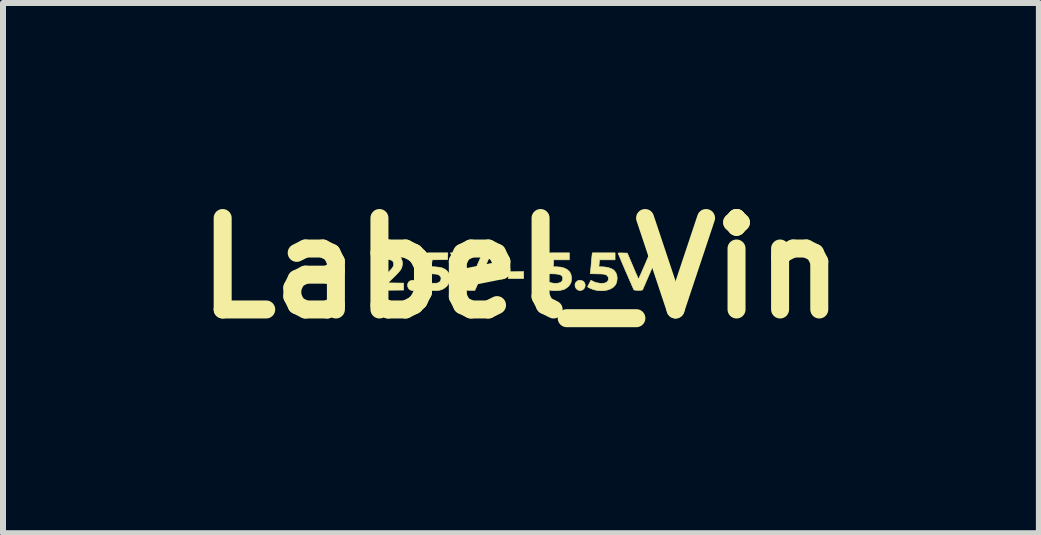
<source format=kicad_pcb>
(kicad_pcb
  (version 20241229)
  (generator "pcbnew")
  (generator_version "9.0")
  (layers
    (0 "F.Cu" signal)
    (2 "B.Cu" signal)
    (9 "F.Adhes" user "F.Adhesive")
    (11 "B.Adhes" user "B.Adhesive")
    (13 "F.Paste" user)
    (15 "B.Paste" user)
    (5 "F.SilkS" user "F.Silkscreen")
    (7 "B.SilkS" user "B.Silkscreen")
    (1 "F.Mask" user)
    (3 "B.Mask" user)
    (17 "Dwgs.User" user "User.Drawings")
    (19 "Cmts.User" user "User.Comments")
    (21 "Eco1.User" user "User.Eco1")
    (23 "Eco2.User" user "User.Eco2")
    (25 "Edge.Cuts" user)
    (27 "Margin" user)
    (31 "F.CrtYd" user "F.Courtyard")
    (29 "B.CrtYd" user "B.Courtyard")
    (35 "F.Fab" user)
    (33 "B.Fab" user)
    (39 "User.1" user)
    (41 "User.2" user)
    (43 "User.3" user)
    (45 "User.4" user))
  (footprint "Label_Vin"
    (layer "F.Cu")
    (at 5.632 1.418)
    (property "Reference" "Label_Vin" (at 0 0 0) (layer "F.SilkS") (effects (font (size 1.524 1.524) (thickness 0.3))))
    (attr through_hole)
    (fp_poly (pts (xy 0.044 0.174) (xy -0.211 0.174) (xy -0.209 0.118) (xy -0.207 0.062) (xy -0.082 0.06) (xy 0.044 0.058) (xy 0.044 0.174)) (stroke (width 0.01) (type solid)) (fill yes) (layer "F.SilkS"))
    (fp_poly (pts (xy 1.017 0.209) (xy 1.045 0.225) (xy 1.063 0.251) (xy 1.07 0.285) (xy 1.07 0.287) (xy 1.064 0.32) (xy 1.047 0.346) (xy 1.022 0.365) (xy 0.993 0.374) (xy 0.962 0.37) (xy 0.954 0.367) (xy 0.924 0.347) (xy 0.906 0.318) (xy 0.9 0.285) (xy 0.902 0.262) (xy 0.91 0.245) (xy 0.925 0.228) (xy 0.944 0.212) (xy 0.962 0.204) (xy 0.979 0.203) (xy 1.017 0.209)) (stroke (width 0.01) (type solid)) (fill yes) (layer "F.SilkS"))
    (fp_poly (pts (xy -1.778 0.205) (xy -1.761 0.214) (xy -1.745 0.228) (xy -1.729 0.246) (xy -1.721 0.264) (xy -1.72 0.285) (xy -1.726 0.32) (xy -1.745 0.348) (xy -1.775 0.367) (xy -1.793 0.374) (xy -1.805 0.376) (xy -1.82 0.373) (xy -1.825 0.372) (xy -1.856 0.358) (xy -1.877 0.333) (xy -1.889 0.302) (xy -1.888 0.267) (xy -1.886 0.259) (xy -1.872 0.231) (xy -1.847 0.213) (xy -1.813 0.204) (xy -1.801 0.203) (xy -1.778 0.205)) (stroke (width 0.01) (type solid)) (fill yes) (layer "F.SilkS"))
    (fp_poly (pts (xy -2.142 -0.26) (xy -2.092 -0.244) (xy -2.049 -0.22) (xy -2.014 -0.188) (xy -1.99 -0.15) (xy -1.977 -0.106) (xy -1.977 -0.057) (xy -1.977 -0.056) (xy -1.982 -0.029) (xy -1.989 -0.005) (xy -2.001 0.019) (xy -2.018 0.044) (xy -2.043 0.073) (xy -2.075 0.107) (xy -2.115 0.147) (xy -2.217 0.246) (xy -2.086 0.248) (xy -1.956 0.25) (xy -1.956 0.366) (xy -2.19 0.368) (xy -2.424 0.37) (xy -2.424 0.272) (xy -2.286 0.143) (xy -2.238 0.096) (xy -2.199 0.058) (xy -2.169 0.027) (xy -2.147 0.001) (xy -2.133 -0.02) (xy -2.124 -0.039) (xy -2.12 -0.056) (xy -2.121 -0.073) (xy -2.121 -0.077) (xy -2.13 -0.105) (xy -2.146 -0.124) (xy -2.168 -0.135) (xy -2.209 -0.145) (xy -2.252 -0.142) (xy -2.295 -0.126) (xy -2.324 -0.108) (xy -2.352 -0.086) (xy -2.393 -0.112) (xy -2.416 -0.126) (xy -2.435 -0.138) (xy -2.445 -0.144) (xy -2.447 -0.153) (xy -2.439 -0.167) (xy -2.423 -0.185) (xy -2.402 -0.203) (xy -2.376 -0.221) (xy -2.356 -0.232) (xy -2.324 -0.245) (xy -2.286 -0.256) (xy -2.261 -0.261) (xy -2.199 -0.266) (xy -2.142 -0.26)) (stroke (width 0.01) (type solid)) (fill yes) (layer "F.SilkS"))
    (fp_poly (pts (xy -0.928 -0.039) (xy -0.906 0.013) (xy -0.885 0.06) (xy -0.867 0.102) (xy -0.852 0.136) (xy -0.84 0.16) (xy -0.833 0.174) (xy -0.832 0.177) (xy -0.828 0.17) (xy -0.819 0.153) (xy -0.805 0.124) (xy -0.789 0.088) (xy -0.769 0.044) (xy -0.747 -0.006) (xy -0.734 -0.036) (xy -0.641 -0.25) (xy -0.571 -0.252) (xy -0.541 -0.253) (xy -0.518 -0.252) (xy -0.503 -0.251) (xy -0.501 -0.249) (xy -0.504 -0.242) (xy -0.511 -0.223) (xy -0.524 -0.194) (xy -0.539 -0.156) (xy -0.558 -0.112) (xy -0.579 -0.063) (xy -0.602 -0.011) (xy -0.625 0.043) (xy -0.648 0.097) (xy -0.671 0.15) (xy -0.692 0.199) (xy -0.711 0.243) (xy -0.728 0.28) (xy -0.741 0.309) (xy -0.745 0.318) (xy -0.768 0.37) (xy -0.838 0.37) (xy -0.87 0.37) (xy -0.891 0.369) (xy -0.903 0.366) (xy -0.91 0.361) (xy -0.914 0.354) (xy -0.914 0.354) (xy -0.918 0.344) (xy -0.927 0.322) (xy -0.941 0.29) (xy -0.959 0.249) (xy -0.979 0.2) (xy -1.003 0.146) (xy -1.028 0.088) (xy -1.038 0.065) (xy -1.063 0.005) (xy -1.088 -0.051) (xy -1.11 -0.103) (xy -1.129 -0.148) (xy -1.145 -0.184) (xy -1.157 -0.212) (xy -1.164 -0.228) (xy -1.165 -0.23) (xy -1.175 -0.254) (xy -1.019 -0.254) (xy -0.928 -0.039)) (stroke (width 0.01) (type solid)) (fill yes) (layer "F.SilkS"))
    (fp_poly (pts (xy 2.283 -0.23) (xy 2.278 -0.219) (xy 2.268 -0.195) (xy 2.254 -0.162) (xy 2.235 -0.119) (xy 2.214 -0.07) (xy 2.19 -0.015) (xy 2.164 0.045) (xy 2.152 0.073) (xy 2.126 0.133) (xy 2.102 0.188) (xy 2.08 0.239) (xy 2.061 0.283) (xy 2.045 0.318) (xy 2.034 0.344) (xy 2.028 0.358) (xy 2.027 0.361) (xy 2.019 0.366) (xy 1.999 0.369) (xy 1.967 0.37) (xy 1.956 0.37) (xy 1.917 0.369) (xy 1.893 0.366) (xy 1.882 0.361) (xy 1.878 0.353) (xy 1.869 0.333) (xy 1.855 0.303) (xy 1.839 0.265) (xy 1.819 0.22) (xy 1.797 0.17) (xy 1.774 0.117) (xy 1.75 0.062) (xy 1.726 0.006) (xy 1.703 -0.048) (xy 1.681 -0.098) (xy 1.662 -0.144) (xy 1.645 -0.184) (xy 1.632 -0.216) (xy 1.623 -0.238) (xy 1.619 -0.249) (xy 1.618 -0.25) (xy 1.625 -0.251) (xy 1.643 -0.253) (xy 1.67 -0.253) (xy 1.695 -0.252) (xy 1.772 -0.25) (xy 1.864 -0.034) (xy 1.886 0.018) (xy 1.906 0.065) (xy 1.925 0.107) (xy 1.94 0.141) (xy 1.951 0.165) (xy 1.958 0.179) (xy 1.959 0.181) (xy 1.963 0.175) (xy 1.972 0.157) (xy 1.984 0.128) (xy 2.001 0.091) (xy 2.02 0.047) (xy 2.042 -0.003) (xy 2.057 -0.036) (xy 2.15 -0.254) (xy 2.293 -0.254) (xy 2.283 -0.23)) (stroke (width 0.01) (type solid)) (fill yes) (layer "F.SilkS"))
    (fp_poly (pts (xy 1.568 -0.138) (xy 1.306 -0.138) (xy 1.306 -0.118) (xy 1.305 -0.099) (xy 1.303 -0.073) (xy 1.302 -0.06) (xy 1.297 -0.022) (xy 1.344 -0.022) (xy 1.404 -0.018) (xy 1.459 -0.007) (xy 1.507 0.01) (xy 1.544 0.032) (xy 1.558 0.045) (xy 1.584 0.082) (xy 1.599 0.127) (xy 1.603 0.174) (xy 1.597 0.223) (xy 1.581 0.268) (xy 1.566 0.29) (xy 1.534 0.322) (xy 1.491 0.347) (xy 1.44 0.365) (xy 1.382 0.375) (xy 1.32 0.377) (xy 1.257 0.369) (xy 1.244 0.367) (xy 1.195 0.353) (xy 1.152 0.336) (xy 1.127 0.322) (xy 1.11 0.312) (xy 1.137 0.259) (xy 1.149 0.235) (xy 1.159 0.215) (xy 1.165 0.205) (xy 1.165 0.204) (xy 1.172 0.206) (xy 1.187 0.213) (xy 1.192 0.216) (xy 1.229 0.234) (xy 1.272 0.246) (xy 1.319 0.253) (xy 1.363 0.254) (xy 1.4 0.248) (xy 1.411 0.244) (xy 1.438 0.226) (xy 1.454 0.202) (xy 1.459 0.175) (xy 1.453 0.148) (xy 1.436 0.124) (xy 1.416 0.111) (xy 1.403 0.106) (xy 1.385 0.102) (xy 1.36 0.099) (xy 1.327 0.097) (xy 1.281 0.096) (xy 1.272 0.096) (xy 1.154 0.093) (xy 1.157 0.07) (xy 1.159 0.056) (xy 1.162 0.029) (xy 1.165 -0.006) (xy 1.169 -0.047) (xy 1.172 -0.087) (xy 1.176 -0.131) (xy 1.18 -0.17) (xy 1.183 -0.203) (xy 1.186 -0.227) (xy 1.187 -0.238) (xy 1.19 -0.254) (xy 1.568 -0.254) (xy 1.568 -0.138)) (stroke (width 0.01) (type solid)) (fill yes) (layer "F.SilkS"))
    (fp_poly (pts (xy 0.806 -0.138) (xy 0.544 -0.138) (xy 0.544 -0.107) (xy 0.543 -0.079) (xy 0.54 -0.052) (xy 0.54 -0.049) (xy 0.535 -0.022) (xy 0.587 -0.022) (xy 0.658 -0.017) (xy 0.717 -0.002) (xy 0.767 0.022) (xy 0.805 0.056) (xy 0.818 0.074) (xy 0.833 0.107) (xy 0.841 0.148) (xy 0.842 0.191) (xy 0.835 0.233) (xy 0.831 0.245) (xy 0.809 0.284) (xy 0.775 0.319) (xy 0.735 0.346) (xy 0.714 0.356) (xy 0.675 0.366) (xy 0.628 0.373) (xy 0.576 0.375) (xy 0.526 0.374) (xy 0.483 0.367) (xy 0.483 0.367) (xy 0.431 0.352) (xy 0.387 0.334) (xy 0.366 0.322) (xy 0.349 0.311) (xy 0.375 0.259) (xy 0.387 0.234) (xy 0.397 0.215) (xy 0.403 0.205) (xy 0.403 0.204) (xy 0.41 0.206) (xy 0.425 0.213) (xy 0.43 0.216) (xy 0.469 0.235) (xy 0.517 0.248) (xy 0.566 0.254) (xy 0.578 0.254) (xy 0.626 0.25) (xy 0.661 0.238) (xy 0.684 0.217) (xy 0.695 0.188) (xy 0.697 0.172) (xy 0.693 0.148) (xy 0.682 0.129) (xy 0.662 0.115) (xy 0.632 0.105) (xy 0.591 0.098) (xy 0.537 0.095) (xy 0.491 0.094) (xy 0.395 0.094) (xy 0.411 -0.078) (xy 0.416 -0.126) (xy 0.42 -0.17) (xy 0.423 -0.206) (xy 0.426 -0.233) (xy 0.427 -0.249) (xy 0.428 -0.252) (xy 0.435 -0.253) (xy 0.454 -0.253) (xy 0.485 -0.253) (xy 0.524 -0.254) (xy 0.57 -0.254) (xy 0.617 -0.254) (xy 0.806 -0.254) (xy 0.806 -0.138)) (stroke (width 0.01) (type solid)) (fill yes) (layer "F.SilkS"))
    (fp_poly (pts (xy -1.221 -0.198) (xy -1.223 -0.142) (xy -1.479 -0.138) (xy -1.483 -0.115) (xy -1.486 -0.093) (xy -1.488 -0.067) (xy -1.488 -0.058) (xy -1.488 -0.024) (xy -1.417 -0.02) (xy -1.356 -0.013) (xy -1.306 -0.00032) (xy -1.265 0.02) (xy -1.234 0.045) (xy -1.208 0.08) (xy -1.19 0.123) (xy -1.183 0.168) (xy -1.183 0.171) (xy -1.19 0.22) (xy -1.21 0.265) (xy -1.241 0.306) (xy -1.282 0.338) (xy -1.307 0.352) (xy -1.332 0.362) (xy -1.356 0.368) (xy -1.383 0.372) (xy -1.42 0.374) (xy -1.425 0.374) (xy -1.48 0.374) (xy -1.526 0.37) (xy -1.544 0.367) (xy -1.571 0.359) (xy -1.601 0.349) (xy -1.63 0.338) (xy -1.654 0.327) (xy -1.671 0.317) (xy -1.676 0.311) (xy -1.673 0.3) (xy -1.665 0.282) (xy -1.654 0.261) (xy -1.642 0.238) (xy -1.631 0.219) (xy -1.623 0.207) (xy -1.62 0.205) (xy -1.582 0.224) (xy -1.552 0.237) (xy -1.526 0.245) (xy -1.5 0.25) (xy -1.469 0.252) (xy -1.462 0.252) (xy -1.417 0.252) (xy -1.384 0.247) (xy -1.361 0.235) (xy -1.344 0.217) (xy -1.336 0.198) (xy -1.331 0.168) (xy -1.34 0.141) (xy -1.362 0.119) (xy -1.372 0.113) (xy -1.383 0.107) (xy -1.396 0.103) (xy -1.414 0.1) (xy -1.438 0.098) (xy -1.473 0.096) (xy -1.515 0.095) (xy -1.564 0.094) (xy -1.599 0.092) (xy -1.622 0.089) (xy -1.632 0.086) (xy -1.633 0.085) (xy -1.632 0.075) (xy -1.63 0.053) (xy -1.627 0.022) (xy -1.624 -0.017) (xy -1.62 -0.062) (xy -1.618 -0.076) (xy -1.614 -0.122) (xy -1.61 -0.164) (xy -1.607 -0.199) (xy -1.605 -0.225) (xy -1.604 -0.24) (xy -1.604 -0.241) (xy -1.603 -0.245) (xy -1.599 -0.248) (xy -1.591 -0.25) (xy -1.577 -0.252) (xy -1.555 -0.253) (xy -1.524 -0.254) (xy -1.481 -0.254) (xy -1.427 -0.254) (xy -1.411 -0.254) (xy -1.219 -0.254) (xy -1.221 -0.198)) (stroke (width 0.01) (type solid)) (fill yes) (layer "F.SilkS")))
  (gr_rect
    (start -3 -3)
    (end 14.263 5.836)
    (stroke (width 0.1) (type default))
    (fill no)
    (layer "Edge.Cuts")))
</source>
